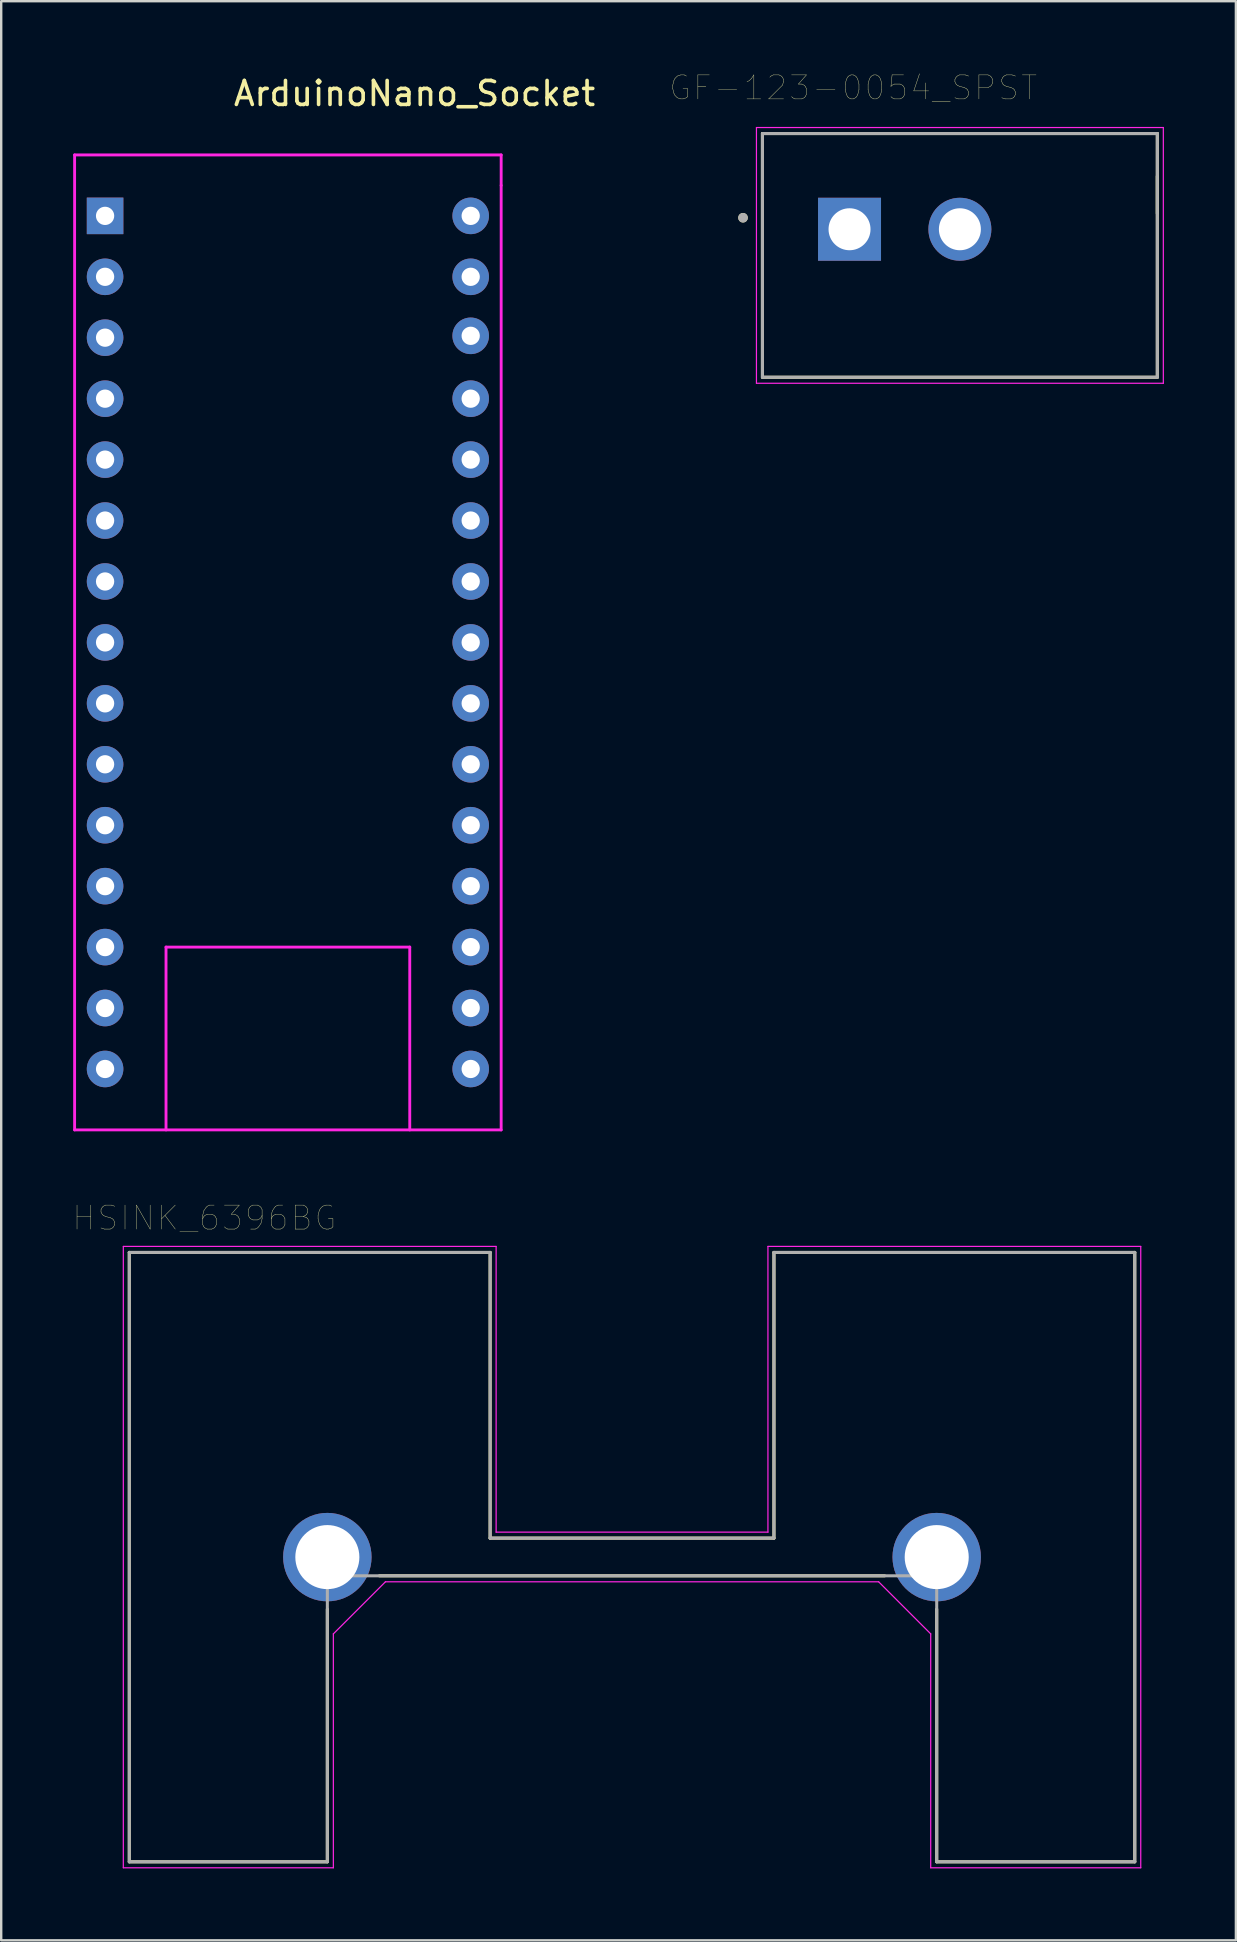
<source format=kicad_pcb>
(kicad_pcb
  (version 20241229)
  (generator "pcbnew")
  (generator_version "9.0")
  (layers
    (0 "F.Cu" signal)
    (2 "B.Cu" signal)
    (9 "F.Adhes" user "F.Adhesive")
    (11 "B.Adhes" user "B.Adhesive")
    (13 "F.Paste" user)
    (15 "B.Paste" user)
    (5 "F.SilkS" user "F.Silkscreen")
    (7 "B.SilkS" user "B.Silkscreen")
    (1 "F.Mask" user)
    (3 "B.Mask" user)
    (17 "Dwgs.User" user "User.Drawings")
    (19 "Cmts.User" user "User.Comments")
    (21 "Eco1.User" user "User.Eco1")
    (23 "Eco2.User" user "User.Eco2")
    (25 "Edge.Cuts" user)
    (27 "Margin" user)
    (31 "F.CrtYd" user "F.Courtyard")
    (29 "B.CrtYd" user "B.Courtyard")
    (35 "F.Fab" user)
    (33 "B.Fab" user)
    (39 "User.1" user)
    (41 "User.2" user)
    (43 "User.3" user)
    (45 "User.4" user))
  (footprint "GF-123-0054_SPST"
    (layer "F.Cu")
    (at 36.961 7.596)
    (property "Reference" "GF-123-0054_SPST" (at -4.445 -6.985 0) (layer "F.SilkS") (effects (font (size 1 1) (thickness 0.015))))
    (attr through_hole)
    (fp_line (start -8.23 5.08) (end -8.23 -5.08) (stroke (width 0.127) (type solid)) (layer "F.SilkS"))
    (fp_line (start 8.23 -5.08) (end -8.23 -5.08) (stroke (width 0.127) (type solid)) (layer "F.SilkS"))
    (fp_line (start 8.23 -5.08) (end 8.23 5.08) (stroke (width 0.127) (type solid)) (layer "F.SilkS"))
    (fp_line (start 8.23 -3.3) (end 8.23 -1.75) (stroke (width 0.127) (type solid)) (layer "F.SilkS"))
    (fp_line (start 8.23 5.08) (end -8.23 5.08) (stroke (width 0.127) (type solid)) (layer "F.SilkS"))
    (fp_circle (center -9.04 -1.57) (end -8.94 -1.57) (stroke (width 0.2) (type solid)) (fill no) (layer "F.SilkS"))
    (fp_line (start -8.48 -5.33) (end 8.48 -5.33) (stroke (width 0.05) (type solid)) (layer "F.CrtYd"))
    (fp_line (start -8.48 5.33) (end -8.48 -5.33) (stroke (width 0.05) (type solid)) (layer "F.CrtYd"))
    (fp_line (start 8.48 -5.33) (end 8.48 5.33) (stroke (width 0.05) (type solid)) (layer "F.CrtYd"))
    (fp_line (start 8.48 5.33) (end -8.48 5.33) (stroke (width 0.05) (type solid)) (layer "F.CrtYd"))
    (fp_line (start -8.23 -5.08) (end 8.23 -5.08) (stroke (width 0.127) (type solid)) (layer "F.Fab"))
    (fp_line (start -8.23 5.08) (end -8.23 -5.08) (stroke (width 0.127) (type solid)) (layer "F.Fab"))
    (fp_line (start 8.23 -5.08) (end 8.23 5.08) (stroke (width 0.127) (type solid)) (layer "F.Fab"))
    (fp_line (start 8.23 5.08) (end -8.23 5.08) (stroke (width 0.127) (type solid)) (layer "F.Fab"))
    (fp_circle (center -9.04 -1.57) (end -8.94 -1.57) (stroke (width 0.2) (type solid)) (fill no) (layer "F.Fab"))
    (pad "1" thru_hole rect (at -4.6 -1.09) (size 2.625 2.625) (drill 1.75) (layers "*.Cu" "*.Mask"))
    (pad "2" thru_hole circle (at 0 -1.09) (size 2.625 2.625) (drill 1.75) (layers "*.Cu" "*.Mask")))
  (footprint "HSINK_6396BG"
    (layer "F.Cu")
    (at 23.295 61.855)
    (property "Reference" "HSINK_6396BG" (at -17.825 -14.135 0) (layer "F.SilkS") (effects (font (size 1 1) (thickness 0.015))))
    (attr through_hole)
    (fp_line (start -20.955 -12.7) (end -20.955 12.7) (stroke (width 0.127) (type solid)) (layer "F.SilkS"))
    (fp_line (start -20.955 12.7) (end -12.7 12.7) (stroke (width 0.127) (type solid)) (layer "F.SilkS"))
    (fp_line (start -12.7 2.17) (end -12.7 12.7) (stroke (width 0.127) (type solid)) (layer "F.SilkS"))
    (fp_line (start -10.53 0.78) (end 10.53 0.78) (stroke (width 0.127) (type solid)) (layer "F.SilkS"))
    (fp_line (start -5.915 -12.7) (end -20.955 -12.7) (stroke (width 0.127) (type solid)) (layer "F.SilkS"))
    (fp_line (start -5.915 -0.79) (end -5.915 -12.7) (stroke (width 0.127) (type solid)) (layer "F.SilkS"))
    (fp_line (start 5.915 -12.7) (end 5.915 -0.79) (stroke (width 0.127) (type solid)) (layer "F.SilkS"))
    (fp_line (start 5.915 -0.79) (end -5.915 -0.79) (stroke (width 0.127) (type solid)) (layer "F.SilkS"))
    (fp_line (start 12.7 2.17) (end 12.7 12.7) (stroke (width 0.127) (type solid)) (layer "F.SilkS"))
    (fp_line (start 12.7 12.7) (end 20.955 12.7) (stroke (width 0.127) (type solid)) (layer "F.SilkS"))
    (fp_line (start 20.955 -12.7) (end 5.915 -12.7) (stroke (width 0.127) (type solid)) (layer "F.SilkS"))
    (fp_line (start 20.955 12.7) (end 20.955 -12.7) (stroke (width 0.127) (type solid)) (layer "F.SilkS"))
    (fp_line (start -21.205 -12.95) (end -21.205 12.95) (stroke (width 0.05) (type solid)) (layer "F.CrtYd"))
    (fp_line (start -21.205 12.95) (end -12.45 12.95) (stroke (width 0.05) (type solid)) (layer "F.CrtYd"))
    (fp_line (start -12.45 3.2) (end -10.28 1.03) (stroke (width 0.05) (type solid)) (layer "F.CrtYd"))
    (fp_line (start -12.45 12.95) (end -12.45 3.2) (stroke (width 0.05) (type solid)) (layer "F.CrtYd"))
    (fp_line (start -10.28 1.03) (end 10.28 1.03) (stroke (width 0.05) (type solid)) (layer "F.CrtYd"))
    (fp_line (start -5.665 -12.95) (end -21.205 -12.95) (stroke (width 0.05) (type solid)) (layer "F.CrtYd"))
    (fp_line (start -5.665 -1.04) (end -5.665 -12.95) (stroke (width 0.05) (type solid)) (layer "F.CrtYd"))
    (fp_line (start 5.665 -12.95) (end 5.665 -1.04) (stroke (width 0.05) (type solid)) (layer "F.CrtYd"))
    (fp_line (start 5.665 -1.04) (end -5.665 -1.04) (stroke (width 0.05) (type solid)) (layer "F.CrtYd"))
    (fp_line (start 10.28 1.03) (end 12.45 3.2) (stroke (width 0.05) (type solid)) (layer "F.CrtYd"))
    (fp_line (start 12.45 3.2) (end 12.45 12.95) (stroke (width 0.05) (type solid)) (layer "F.CrtYd"))
    (fp_line (start 12.45 12.95) (end 21.205 12.95) (stroke (width 0.05) (type solid)) (layer "F.CrtYd"))
    (fp_line (start 21.205 -12.95) (end 5.665 -12.95) (stroke (width 0.05) (type solid)) (layer "F.CrtYd"))
    (fp_line (start 21.205 12.95) (end 21.205 -12.95) (stroke (width 0.05) (type solid)) (layer "F.CrtYd"))
    (fp_line (start -20.955 -12.7) (end -20.955 12.7) (stroke (width 0.127) (type solid)) (layer "F.Fab"))
    (fp_line (start -20.955 12.7) (end -12.7 12.7) (stroke (width 0.127) (type solid)) (layer "F.Fab"))
    (fp_line (start -12.7 0.78) (end 12.7 0.78) (stroke (width 0.127) (type solid)) (layer "F.Fab"))
    (fp_line (start -12.7 12.7) (end -12.7 0.78) (stroke (width 0.127) (type solid)) (layer "F.Fab"))
    (fp_line (start -5.915 -12.7) (end -20.955 -12.7) (stroke (width 0.127) (type solid)) (layer "F.Fab"))
    (fp_line (start -5.915 -0.79) (end -5.915 -12.7) (stroke (width 0.127) (type solid)) (layer "F.Fab"))
    (fp_line (start 5.915 -12.7) (end 5.915 -0.79) (stroke (width 0.127) (type solid)) (layer "F.Fab"))
    (fp_line (start 5.915 -0.79) (end -5.915 -0.79) (stroke (width 0.127) (type solid)) (layer "F.Fab"))
    (fp_line (start 12.7 0.78) (end 12.7 12.7) (stroke (width 0.127) (type solid)) (layer "F.Fab"))
    (fp_line (start 12.7 12.7) (end 20.955 12.7) (stroke (width 0.127) (type solid)) (layer "F.Fab"))
    (fp_line (start 20.955 -12.7) (end 5.915 -12.7) (stroke (width 0.127) (type solid)) (layer "F.Fab"))
    (fp_line (start 20.955 12.7) (end 20.955 -12.7) (stroke (width 0.127) (type solid)) (layer "F.Fab"))
    (pad "1" thru_hole circle (at -12.7 0) (size 3.686 3.686) (drill 2.67) (layers "*.Cu" "*.Mask"))
    (pad "2" thru_hole circle (at 12.7 0) (size 3.686 3.686) (drill 2.67) (layers "*.Cu" "*.Mask")))
  (footprint "ArduinoNano_Socket"
    (layer "F.Cu")
    (at 14.03 5.948)
    (property "Reference" "ArduinoNano_Socket" (at 0.2 -5.1 0) (layer "F.SilkS") (effects (font (size 1 1) (thickness 0.15))))
    (attr through_hole)
    (fp_line (start -13.97 -2.54) (end 3.81 -2.54) (stroke (width 0.12) (type solid)) (layer "F.CrtYd"))
    (fp_line (start -13.97 38.1) (end -13.97 -2.54) (stroke (width 0.12) (type solid)) (layer "F.CrtYd"))
    (fp_line (start -10.16 30.48) (end 0 30.48) (stroke (width 0.12) (type solid)) (layer "F.CrtYd"))
    (fp_line (start -10.16 38.1) (end -10.16 30.48) (stroke (width 0.12) (type solid)) (layer "F.CrtYd"))
    (fp_line (start 0 30.48) (end 0 38.1) (stroke (width 0.12) (type solid)) (layer "F.CrtYd"))
    (fp_line (start 3.81 -2.54) (end 3.81 -1.27) (stroke (width 0.12) (type solid)) (layer "F.CrtYd"))
    (fp_line (start 3.81 -1.27) (end 3.81 38.1) (stroke (width 0.12) (type solid)) (layer "F.CrtYd"))
    (fp_line (start 3.81 38.1) (end -13.97 38.1) (stroke (width 0.12) (type solid)) (layer "F.CrtYd"))
    (pad "1" thru_hole rect (at -12.7 0) (size 1.524 1.524) (drill 0.762) (layers "*.Cu" "*.Mask"))
    (pad "2" thru_hole circle (at -12.7 2.54) (size 1.524 1.524) (drill 0.762) (layers "*.Cu" "*.Mask"))
    (pad "3" thru_hole circle (at -12.7 5.077) (size 1.524 1.524) (drill 0.762) (layers "*.Cu" "*.Mask"))
    (pad "4" thru_hole circle (at -12.7 7.62) (size 1.524 1.524) (drill 0.762) (layers "*.Cu" "*.Mask"))
    (pad "5" thru_hole circle (at -12.7 10.16) (size 1.524 1.524) (drill 0.762) (layers "*.Cu" "*.Mask"))
    (pad "6" thru_hole circle (at -12.7 12.7) (size 1.524 1.524) (drill 0.762) (layers "*.Cu" "*.Mask"))
    (pad "7" thru_hole circle (at -12.7 15.24) (size 1.524 1.524) (drill 0.762) (layers "*.Cu" "*.Mask"))
    (pad "8" thru_hole circle (at -12.7 17.78) (size 1.524 1.524) (drill 0.762) (layers "*.Cu" "*.Mask"))
    (pad "9" thru_hole circle (at -12.7 20.32) (size 1.524 1.524) (drill 0.762) (layers "*.Cu" "*.Mask"))
    (pad "10" thru_hole circle (at -12.7 22.86) (size 1.524 1.524) (drill 0.762) (layers "*.Cu" "*.Mask"))
    (pad "11" thru_hole circle (at -12.7 25.4) (size 1.524 1.524) (drill 0.762) (layers "*.Cu" "*.Mask"))
    (pad "12" thru_hole circle (at -12.7 27.94) (size 1.524 1.524) (drill 0.762) (layers "*.Cu" "*.Mask"))
    (pad "13" thru_hole circle (at -12.7 30.48) (size 1.524 1.524) (drill 0.762) (layers "*.Cu" "*.Mask"))
    (pad "14" thru_hole circle (at -12.7 33.02) (size 1.524 1.524) (drill 0.762) (layers "*.Cu" "*.Mask"))
    (pad "15" thru_hole circle (at -12.7 35.56) (size 1.524 1.524) (drill 0.762) (layers "*.Cu" "*.Mask"))
    (pad "16" thru_hole circle (at 2.54 35.56) (size 1.524 1.524) (drill 0.762) (layers "*.Cu" "*.Mask"))
    (pad "17" thru_hole circle (at 2.54 33.02) (size 1.524 1.524) (drill 0.762) (layers "*.Cu" "*.Mask"))
    (pad "18" thru_hole circle (at 2.54 30.48) (size 1.524 1.524) (drill 0.762) (layers "*.Cu" "*.Mask"))
    (pad "19" thru_hole circle (at 2.54 27.94) (size 1.524 1.524) (drill 0.762) (layers "*.Cu" "*.Mask"))
    (pad "20" thru_hole circle (at 2.54 25.4) (size 1.524 1.524) (drill 0.762) (layers "*.Cu" "*.Mask"))
    (pad "21" thru_hole circle (at 2.54 22.86) (size 1.524 1.524) (drill 0.762) (layers "*.Cu" "*.Mask"))
    (pad "22" thru_hole circle (at 2.54 20.32) (size 1.524 1.524) (drill 0.762) (layers "*.Cu" "*.Mask"))
    (pad "23" thru_hole circle (at 2.54 17.78) (size 1.524 1.524) (drill 0.762) (layers "*.Cu" "*.Mask"))
    (pad "24" thru_hole circle (at 2.54 15.24) (size 1.524 1.524) (drill 0.762) (layers "*.Cu" "*.Mask"))
    (pad "25" thru_hole circle (at 2.54 12.7) (size 1.524 1.524) (drill 0.762) (layers "*.Cu" "*.Mask"))
    (pad "26" thru_hole circle (at 2.54 10.16) (size 1.524 1.524) (drill 0.762) (layers "*.Cu" "*.Mask"))
    (pad "27" thru_hole circle (at 2.54 7.62) (size 1.524 1.524) (drill 0.762) (layers "*.Cu" "*.Mask"))
    (pad "28" thru_hole circle (at 2.54 5) (size 1.524 1.524) (drill 0.762) (layers "*.Cu" "*.Mask"))
    (pad "29" thru_hole circle (at 2.54 2.54) (size 1.524 1.524) (drill 0.762) (layers "*.Cu" "*.Mask"))
    (pad "30" thru_hole circle (at 2.54 0) (size 1.524 1.524) (drill 0.762) (layers "*.Cu" "*.Mask")))
  (gr_rect
    (start -3 -3)
    (end 48.466 77.83)
    (stroke (width 0.1) (type default))
    (fill no)
    (layer "Edge.Cuts")))
</source>
